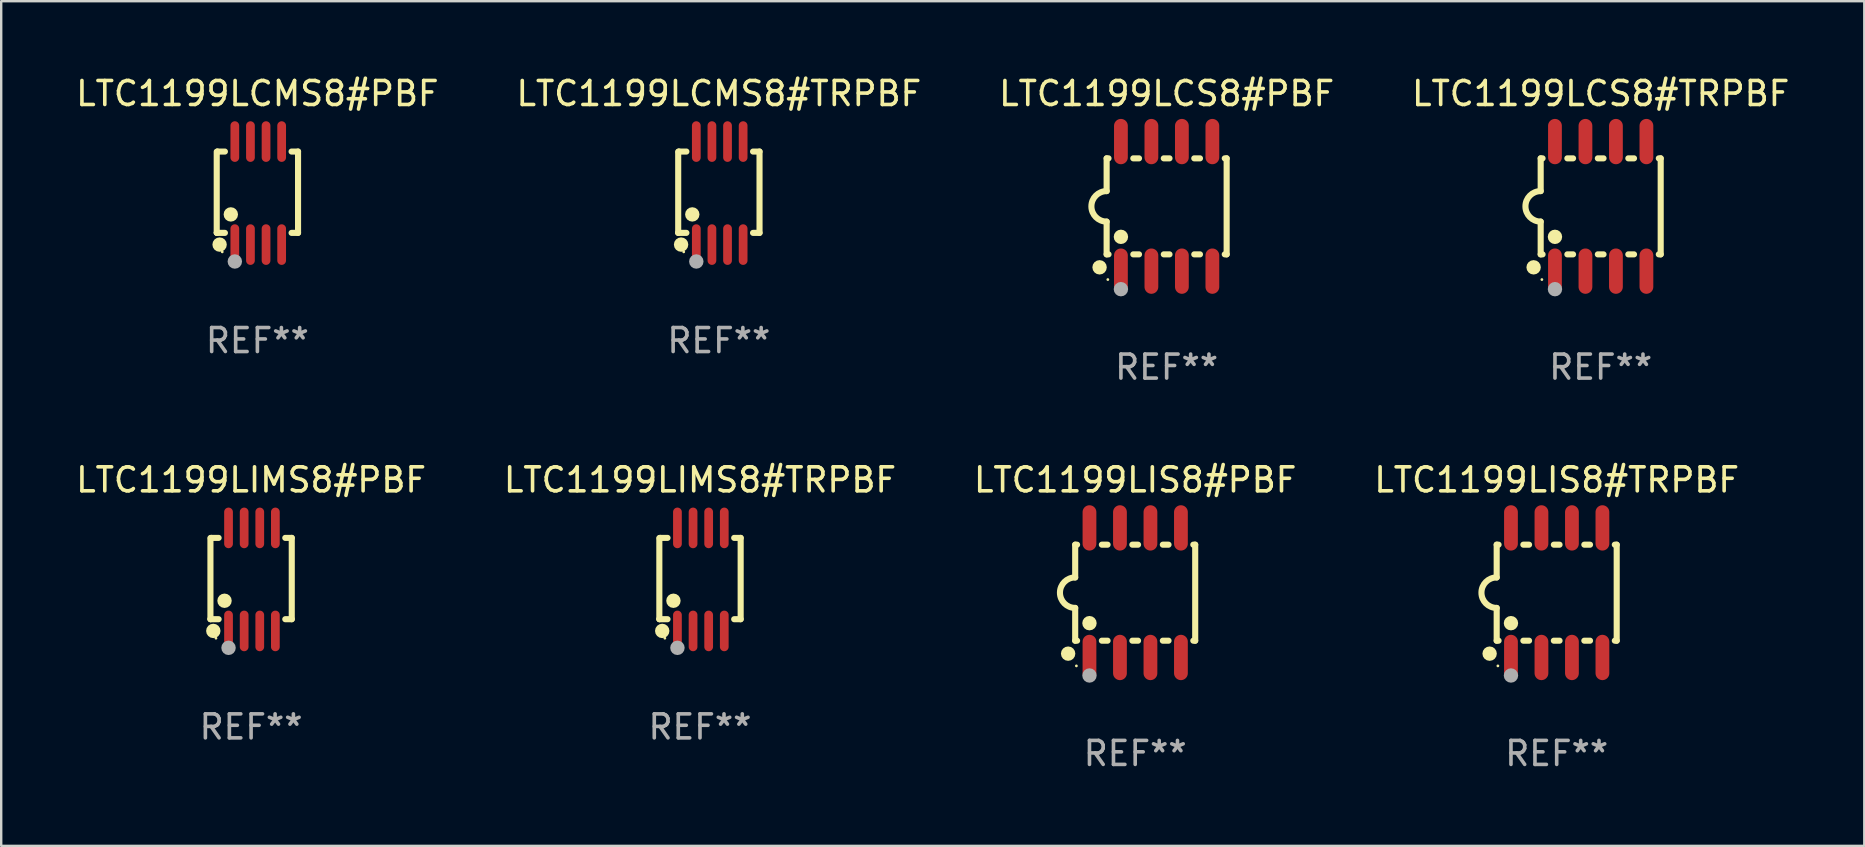
<source format=kicad_pcb>
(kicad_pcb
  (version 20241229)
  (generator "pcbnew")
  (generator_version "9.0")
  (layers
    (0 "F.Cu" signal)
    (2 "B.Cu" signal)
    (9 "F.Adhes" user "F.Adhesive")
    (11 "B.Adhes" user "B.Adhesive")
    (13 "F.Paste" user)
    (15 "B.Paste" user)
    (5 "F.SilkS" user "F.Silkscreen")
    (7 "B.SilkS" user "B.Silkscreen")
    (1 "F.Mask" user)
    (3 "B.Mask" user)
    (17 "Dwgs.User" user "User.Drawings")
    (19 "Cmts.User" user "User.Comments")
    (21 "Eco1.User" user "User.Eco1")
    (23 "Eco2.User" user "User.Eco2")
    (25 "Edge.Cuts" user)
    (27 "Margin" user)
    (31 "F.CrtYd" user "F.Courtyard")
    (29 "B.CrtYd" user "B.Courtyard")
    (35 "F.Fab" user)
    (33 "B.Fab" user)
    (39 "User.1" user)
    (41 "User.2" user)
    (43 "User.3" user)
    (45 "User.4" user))
  (footprint "LTC1199LIS8#TRPBF"
    (layer "F.Cu")
    (at 61.804 21.642)
    (property "Reference" "LTC1199LIS8#TRPBF" (at 0 -4.699 0) (layer "F.SilkS") (effects (font (size 1 1) (thickness 0.15))))
    (attr through_hole)
    (fp_line (start -2.5 -2) (end -2.5 -0.635) (stroke (width 0.254) (type solid)) (layer "F.SilkS"))
    (fp_line (start -2.5 -2) (end -2.421 -2) (stroke (width 0.254) (type solid)) (layer "F.SilkS"))
    (fp_line (start -2.5 2) (end -2.5 0.635) (stroke (width 0.254) (type solid)) (layer "F.SilkS"))
    (fp_line (start -2.5 2) (end -2.421 2) (stroke (width 0.254) (type solid)) (layer "F.SilkS"))
    (fp_line (start -1.389 -2) (end -1.151 -2) (stroke (width 0.254) (type solid)) (layer "F.SilkS"))
    (fp_line (start -1.389 2) (end -1.151 2) (stroke (width 0.254) (type solid)) (layer "F.SilkS"))
    (fp_line (start -0.119 -2) (end 0.119 -2) (stroke (width 0.254) (type solid)) (layer "F.SilkS"))
    (fp_line (start -0.119 2) (end 0.119 2) (stroke (width 0.254) (type solid)) (layer "F.SilkS"))
    (fp_line (start 1.151 -2) (end 1.389 -2) (stroke (width 0.254) (type solid)) (layer "F.SilkS"))
    (fp_line (start 1.151 2) (end 1.389 2) (stroke (width 0.254) (type solid)) (layer "F.SilkS"))
    (fp_line (start 2.421 -2) (end 2.5 -2) (stroke (width 0.254) (type solid)) (layer "F.SilkS"))
    (fp_line (start 2.421 2) (end 2.5 2) (stroke (width 0.254) (type solid)) (layer "F.SilkS"))
    (fp_line (start 2.5 -2) (end 2.5 2) (stroke (width 0.254) (type solid)) (layer "F.SilkS"))
    (fp_arc (start -2.5 0.635001) (mid -3.134366 -0.000318) (end -2.499365 -0.635001) (stroke (width 0.254001) (type solid)) (layer "F.SilkS"))
    (fp_circle (center -2.794 2.54) (end -2.644 2.54) (stroke (width 0.3) (type solid)) (fill no) (layer "F.SilkS"))
    (fp_circle (center -2.45 3.05) (end -2.42 3.05) (stroke (width 0.06) (type solid)) (fill no) (layer "F.SilkS"))
    (fp_circle (center -1.905 1.27) (end -1.755 1.27) (stroke (width 0.3) (type solid)) (fill no) (layer "F.SilkS"))
    (fp_circle (center -1.905 3.45) (end -1.755 3.45) (stroke (width 0.3) (type solid)) (fill no) (layer "F.Fab"))
    (fp_text user "REF**" (at 0 6.699 0) (layer "F.Fab") (effects (font (size 1 1) (thickness 0.15))))
    (pad "1" smd oval (at -1.905 2.699) (size 0.574 1.888) (layers "F.Cu" "F.Mask" "F.Paste"))
    (pad "2" smd oval (at -0.635 2.699) (size 0.574 1.888) (layers "F.Cu" "F.Mask" "F.Paste"))
    (pad "3" smd oval (at 0.635 2.699) (size 0.574 1.888) (layers "F.Cu" "F.Mask" "F.Paste"))
    (pad "4" smd oval (at 1.905 2.699) (size 0.574 1.888) (layers "F.Cu" "F.Mask" "F.Paste"))
    (pad "5" smd oval (at 1.905 -2.699) (size 0.574 1.888) (layers "F.Cu" "F.Mask" "F.Paste"))
    (pad "6" smd oval (at 0.635 -2.699) (size 0.574 1.888) (layers "F.Cu" "F.Mask" "F.Paste"))
    (pad "7" smd oval (at -0.635 -2.699) (size 0.574 1.888) (layers "F.Cu" "F.Mask" "F.Paste"))
    (pad "8" smd oval (at -1.905 -2.699) (size 0.574 1.888) (layers "F.Cu" "F.Mask" "F.Paste")))
  (footprint "LTC1199LIMS8#TRPBF"
    (layer "F.Cu")
    (at 26.113 21.089)
    (property "Reference" "LTC1199LIMS8#TRPBF" (at 0 -4.146 0) (layer "F.SilkS") (effects (font (size 1 1) (thickness 0.15))))
    (attr through_hole)
    (fp_line (start -1.694 -1.724) (end -1.694 1.652) (stroke (width 0.254) (type solid)) (layer "F.SilkS"))
    (fp_line (start -1.694 1.652) (end -1.688 1.658) (stroke (width 0.254) (type solid)) (layer "F.SilkS"))
    (fp_line (start -1.688 1.658) (end -1.353 1.658) (stroke (width 0.254) (type solid)) (layer "F.SilkS"))
    (fp_line (start -1.661 -1.73) (end -1.681 -1.71) (stroke (width 0.254) (type solid)) (layer "F.SilkS"))
    (fp_line (start -1.353 -1.73) (end -1.661 -1.73) (stroke (width 0.254) (type solid)) (layer "F.SilkS"))
    (fp_line (start 1.424 1.658) (end 1.694 1.658) (stroke (width 0.254) (type solid)) (layer "F.SilkS"))
    (fp_line (start 1.694 -1.73) (end 1.424 -1.73) (stroke (width 0.254) (type solid)) (layer "F.SilkS"))
    (fp_line (start 1.694 1.658) (end 1.694 -1.73) (stroke (width 0.254) (type solid)) (layer "F.SilkS"))
    (fp_circle (center -1.574 2.146) (end -1.424 2.146) (stroke (width 0.3) (type solid)) (fill no) (layer "F.SilkS"))
    (fp_circle (center -1.464 2.45) (end -1.434 2.45) (stroke (width 0.06) (type solid)) (fill no) (layer "F.SilkS"))
    (fp_circle (center -1.107 0.889) (end -0.957 0.889) (stroke (width 0.3) (type solid)) (fill no) (layer "F.SilkS"))
    (fp_circle (center -0.94 2.85) (end -0.789 2.85) (stroke (width 0.3) (type solid)) (fill no) (layer "F.Fab"))
    (fp_text user "REF**" (at 0 6.146 0) (layer "F.Fab") (effects (font (size 1 1) (thickness 0.15))))
    (pad "1" smd oval (at -0.94 2.146) (size 0.364 1.692) (layers "F.Cu" "F.Mask" "F.Paste"))
    (pad "2" smd oval (at -0.289 2.146) (size 0.364 1.692) (layers "F.Cu" "F.Mask" "F.Paste"))
    (pad "3" smd oval (at 0.361 2.146) (size 0.364 1.692) (layers "F.Cu" "F.Mask" "F.Paste"))
    (pad "4" smd oval (at 1.011 2.146) (size 0.364 1.692) (layers "F.Cu" "F.Mask" "F.Paste"))
    (pad "5" smd oval (at 1.011 -2.146) (size 0.364 1.692) (layers "F.Cu" "F.Mask" "F.Paste"))
    (pad "6" smd oval (at 0.361 -2.146) (size 0.364 1.692) (layers "F.Cu" "F.Mask" "F.Paste"))
    (pad "7" smd oval (at -0.289 -2.146) (size 0.364 1.692) (layers "F.Cu" "F.Mask" "F.Paste"))
    (pad "8" smd oval (at -0.94 -2.146) (size 0.364 1.692) (layers "F.Cu" "F.Mask" "F.Paste")))
  (footprint "LTC1199LIMS8#PBF"
    (layer "F.Cu")
    (at 7.411 21.089)
    (property "Reference" "LTC1199LIMS8#PBF" (at 0 -4.146 0) (layer "F.SilkS") (effects (font (size 1 1) (thickness 0.15))))
    (attr through_hole)
    (fp_line (start -1.694 -1.724) (end -1.694 1.652) (stroke (width 0.254) (type solid)) (layer "F.SilkS"))
    (fp_line (start -1.694 1.652) (end -1.688 1.658) (stroke (width 0.254) (type solid)) (layer "F.SilkS"))
    (fp_line (start -1.688 1.658) (end -1.353 1.658) (stroke (width 0.254) (type solid)) (layer "F.SilkS"))
    (fp_line (start -1.661 -1.73) (end -1.681 -1.71) (stroke (width 0.254) (type solid)) (layer "F.SilkS"))
    (fp_line (start -1.353 -1.73) (end -1.661 -1.73) (stroke (width 0.254) (type solid)) (layer "F.SilkS"))
    (fp_line (start 1.424 1.658) (end 1.694 1.658) (stroke (width 0.254) (type solid)) (layer "F.SilkS"))
    (fp_line (start 1.694 -1.73) (end 1.424 -1.73) (stroke (width 0.254) (type solid)) (layer "F.SilkS"))
    (fp_line (start 1.694 1.658) (end 1.694 -1.73) (stroke (width 0.254) (type solid)) (layer "F.SilkS"))
    (fp_circle (center -1.574 2.146) (end -1.424 2.146) (stroke (width 0.3) (type solid)) (fill no) (layer "F.SilkS"))
    (fp_circle (center -1.464 2.45) (end -1.434 2.45) (stroke (width 0.06) (type solid)) (fill no) (layer "F.SilkS"))
    (fp_circle (center -1.107 0.889) (end -0.957 0.889) (stroke (width 0.3) (type solid)) (fill no) (layer "F.SilkS"))
    (fp_circle (center -0.94 2.85) (end -0.789 2.85) (stroke (width 0.3) (type solid)) (fill no) (layer "F.Fab"))
    (fp_text user "REF**" (at 0 6.146 0) (layer "F.Fab") (effects (font (size 1 1) (thickness 0.15))))
    (pad "1" smd oval (at -0.94 2.146) (size 0.364 1.692) (layers "F.Cu" "F.Mask" "F.Paste"))
    (pad "2" smd oval (at -0.289 2.146) (size 0.364 1.692) (layers "F.Cu" "F.Mask" "F.Paste"))
    (pad "3" smd oval (at 0.361 2.146) (size 0.364 1.692) (layers "F.Cu" "F.Mask" "F.Paste"))
    (pad "4" smd oval (at 1.011 2.146) (size 0.364 1.692) (layers "F.Cu" "F.Mask" "F.Paste"))
    (pad "5" smd oval (at 1.011 -2.146) (size 0.364 1.692) (layers "F.Cu" "F.Mask" "F.Paste"))
    (pad "6" smd oval (at 0.361 -2.146) (size 0.364 1.692) (layers "F.Cu" "F.Mask" "F.Paste"))
    (pad "7" smd oval (at -0.289 -2.146) (size 0.364 1.692) (layers "F.Cu" "F.Mask" "F.Paste"))
    (pad "8" smd oval (at -0.94 -2.146) (size 0.364 1.692) (layers "F.Cu" "F.Mask" "F.Paste")))
  (footprint "LTC1199LCMS8#PBF"
    (layer "F.Cu")
    (at 7.673 4.994)
    (property "Reference" "LTC1199LCMS8#PBF" (at 0 -4.146 0) (layer "F.SilkS") (effects (font (size 1 1) (thickness 0.15))))
    (attr through_hole)
    (fp_line (start -1.694 -1.724) (end -1.694 1.652) (stroke (width 0.254) (type solid)) (layer "F.SilkS"))
    (fp_line (start -1.694 1.652) (end -1.688 1.658) (stroke (width 0.254) (type solid)) (layer "F.SilkS"))
    (fp_line (start -1.688 1.658) (end -1.353 1.658) (stroke (width 0.254) (type solid)) (layer "F.SilkS"))
    (fp_line (start -1.661 -1.73) (end -1.681 -1.71) (stroke (width 0.254) (type solid)) (layer "F.SilkS"))
    (fp_line (start -1.353 -1.73) (end -1.661 -1.73) (stroke (width 0.254) (type solid)) (layer "F.SilkS"))
    (fp_line (start 1.424 1.658) (end 1.694 1.658) (stroke (width 0.254) (type solid)) (layer "F.SilkS"))
    (fp_line (start 1.694 -1.73) (end 1.424 -1.73) (stroke (width 0.254) (type solid)) (layer "F.SilkS"))
    (fp_line (start 1.694 1.658) (end 1.694 -1.73) (stroke (width 0.254) (type solid)) (layer "F.SilkS"))
    (fp_circle (center -1.574 2.146) (end -1.424 2.146) (stroke (width 0.3) (type solid)) (fill no) (layer "F.SilkS"))
    (fp_circle (center -1.464 2.45) (end -1.434 2.45) (stroke (width 0.06) (type solid)) (fill no) (layer "F.SilkS"))
    (fp_circle (center -1.107 0.889) (end -0.957 0.889) (stroke (width 0.3) (type solid)) (fill no) (layer "F.SilkS"))
    (fp_circle (center -0.94 2.85) (end -0.789 2.85) (stroke (width 0.3) (type solid)) (fill no) (layer "F.Fab"))
    (fp_text user "REF**" (at 0 6.146 0) (layer "F.Fab") (effects (font (size 1 1) (thickness 0.15))))
    (pad "1" smd oval (at -0.94 2.146) (size 0.364 1.692) (layers "F.Cu" "F.Mask" "F.Paste"))
    (pad "2" smd oval (at -0.289 2.146) (size 0.364 1.692) (layers "F.Cu" "F.Mask" "F.Paste"))
    (pad "3" smd oval (at 0.361 2.146) (size 0.364 1.692) (layers "F.Cu" "F.Mask" "F.Paste"))
    (pad "4" smd oval (at 1.011 2.146) (size 0.364 1.692) (layers "F.Cu" "F.Mask" "F.Paste"))
    (pad "5" smd oval (at 1.011 -2.146) (size 0.364 1.692) (layers "F.Cu" "F.Mask" "F.Paste"))
    (pad "6" smd oval (at 0.361 -2.146) (size 0.364 1.692) (layers "F.Cu" "F.Mask" "F.Paste"))
    (pad "7" smd oval (at -0.289 -2.146) (size 0.364 1.692) (layers "F.Cu" "F.Mask" "F.Paste"))
    (pad "8" smd oval (at -0.94 -2.146) (size 0.364 1.692) (layers "F.Cu" "F.Mask" "F.Paste")))
  (footprint "LTC1199LCMS8#TRPBF"
    (layer "F.Cu")
    (at 26.899 4.994)
    (property "Reference" "LTC1199LCMS8#TRPBF" (at 0 -4.146 0) (layer "F.SilkS") (effects (font (size 1 1) (thickness 0.15))))
    (attr through_hole)
    (fp_line (start -1.694 -1.724) (end -1.694 1.652) (stroke (width 0.254) (type solid)) (layer "F.SilkS"))
    (fp_line (start -1.694 1.652) (end -1.688 1.658) (stroke (width 0.254) (type solid)) (layer "F.SilkS"))
    (fp_line (start -1.688 1.658) (end -1.353 1.658) (stroke (width 0.254) (type solid)) (layer "F.SilkS"))
    (fp_line (start -1.661 -1.73) (end -1.681 -1.71) (stroke (width 0.254) (type solid)) (layer "F.SilkS"))
    (fp_line (start -1.353 -1.73) (end -1.661 -1.73) (stroke (width 0.254) (type solid)) (layer "F.SilkS"))
    (fp_line (start 1.424 1.658) (end 1.694 1.658) (stroke (width 0.254) (type solid)) (layer "F.SilkS"))
    (fp_line (start 1.694 -1.73) (end 1.424 -1.73) (stroke (width 0.254) (type solid)) (layer "F.SilkS"))
    (fp_line (start 1.694 1.658) (end 1.694 -1.73) (stroke (width 0.254) (type solid)) (layer "F.SilkS"))
    (fp_circle (center -1.574 2.146) (end -1.424 2.146) (stroke (width 0.3) (type solid)) (fill no) (layer "F.SilkS"))
    (fp_circle (center -1.464 2.45) (end -1.434 2.45) (stroke (width 0.06) (type solid)) (fill no) (layer "F.SilkS"))
    (fp_circle (center -1.107 0.889) (end -0.957 0.889) (stroke (width 0.3) (type solid)) (fill no) (layer "F.SilkS"))
    (fp_circle (center -0.94 2.85) (end -0.789 2.85) (stroke (width 0.3) (type solid)) (fill no) (layer "F.Fab"))
    (fp_text user "REF**" (at 0 6.146 0) (layer "F.Fab") (effects (font (size 1 1) (thickness 0.15))))
    (pad "1" smd oval (at -0.94 2.146) (size 0.364 1.692) (layers "F.Cu" "F.Mask" "F.Paste"))
    (pad "2" smd oval (at -0.289 2.146) (size 0.364 1.692) (layers "F.Cu" "F.Mask" "F.Paste"))
    (pad "3" smd oval (at 0.361 2.146) (size 0.364 1.692) (layers "F.Cu" "F.Mask" "F.Paste"))
    (pad "4" smd oval (at 1.011 2.146) (size 0.364 1.692) (layers "F.Cu" "F.Mask" "F.Paste"))
    (pad "5" smd oval (at 1.011 -2.146) (size 0.364 1.692) (layers "F.Cu" "F.Mask" "F.Paste"))
    (pad "6" smd oval (at 0.361 -2.146) (size 0.364 1.692) (layers "F.Cu" "F.Mask" "F.Paste"))
    (pad "7" smd oval (at -0.289 -2.146) (size 0.364 1.692) (layers "F.Cu" "F.Mask" "F.Paste"))
    (pad "8" smd oval (at -0.94 -2.146) (size 0.364 1.692) (layers "F.Cu" "F.Mask" "F.Paste")))
  (footprint "LTC1199LIS8#PBF"
    (layer "F.Cu")
    (at 44.244 21.642)
    (property "Reference" "LTC1199LIS8#PBF" (at 0 -4.699 0) (layer "F.SilkS") (effects (font (size 1 1) (thickness 0.15))))
    (attr through_hole)
    (fp_line (start -2.5 -2) (end -2.5 -0.635) (stroke (width 0.254) (type solid)) (layer "F.SilkS"))
    (fp_line (start -2.5 -2) (end -2.421 -2) (stroke (width 0.254) (type solid)) (layer "F.SilkS"))
    (fp_line (start -2.5 2) (end -2.5 0.635) (stroke (width 0.254) (type solid)) (layer "F.SilkS"))
    (fp_line (start -2.5 2) (end -2.421 2) (stroke (width 0.254) (type solid)) (layer "F.SilkS"))
    (fp_line (start -1.389 -2) (end -1.151 -2) (stroke (width 0.254) (type solid)) (layer "F.SilkS"))
    (fp_line (start -1.389 2) (end -1.151 2) (stroke (width 0.254) (type solid)) (layer "F.SilkS"))
    (fp_line (start -0.119 -2) (end 0.119 -2) (stroke (width 0.254) (type solid)) (layer "F.SilkS"))
    (fp_line (start -0.119 2) (end 0.119 2) (stroke (width 0.254) (type solid)) (layer "F.SilkS"))
    (fp_line (start 1.151 -2) (end 1.389 -2) (stroke (width 0.254) (type solid)) (layer "F.SilkS"))
    (fp_line (start 1.151 2) (end 1.389 2) (stroke (width 0.254) (type solid)) (layer "F.SilkS"))
    (fp_line (start 2.421 -2) (end 2.5 -2) (stroke (width 0.254) (type solid)) (layer "F.SilkS"))
    (fp_line (start 2.421 2) (end 2.5 2) (stroke (width 0.254) (type solid)) (layer "F.SilkS"))
    (fp_line (start 2.5 -2) (end 2.5 2) (stroke (width 0.254) (type solid)) (layer "F.SilkS"))
    (fp_arc (start -2.5 0.635001) (mid -3.134366 -0.000318) (end -2.499365 -0.635001) (stroke (width 0.254001) (type solid)) (layer "F.SilkS"))
    (fp_circle (center -2.794 2.54) (end -2.644 2.54) (stroke (width 0.3) (type solid)) (fill no) (layer "F.SilkS"))
    (fp_circle (center -2.45 3.05) (end -2.42 3.05) (stroke (width 0.06) (type solid)) (fill no) (layer "F.SilkS"))
    (fp_circle (center -1.905 1.27) (end -1.755 1.27) (stroke (width 0.3) (type solid)) (fill no) (layer "F.SilkS"))
    (fp_circle (center -1.905 3.45) (end -1.755 3.45) (stroke (width 0.3) (type solid)) (fill no) (layer "F.Fab"))
    (fp_text user "REF**" (at 0 6.699 0) (layer "F.Fab") (effects (font (size 1 1) (thickness 0.15))))
    (pad "1" smd oval (at -1.905 2.699) (size 0.574 1.888) (layers "F.Cu" "F.Mask" "F.Paste"))
    (pad "2" smd oval (at -0.635 2.699) (size 0.574 1.888) (layers "F.Cu" "F.Mask" "F.Paste"))
    (pad "3" smd oval (at 0.635 2.699) (size 0.574 1.888) (layers "F.Cu" "F.Mask" "F.Paste"))
    (pad "4" smd oval (at 1.905 2.699) (size 0.574 1.888) (layers "F.Cu" "F.Mask" "F.Paste"))
    (pad "5" smd oval (at 1.905 -2.699) (size 0.574 1.888) (layers "F.Cu" "F.Mask" "F.Paste"))
    (pad "6" smd oval (at 0.635 -2.699) (size 0.574 1.888) (layers "F.Cu" "F.Mask" "F.Paste"))
    (pad "7" smd oval (at -0.635 -2.699) (size 0.574 1.888) (layers "F.Cu" "F.Mask" "F.Paste"))
    (pad "8" smd oval (at -1.905 -2.699) (size 0.574 1.888) (layers "F.Cu" "F.Mask" "F.Paste")))
  (footprint "LTC1199LCS8#PBF"
    (layer "F.Cu")
    (at 45.554 5.547)
    (property "Reference" "LTC1199LCS8#PBF" (at 0 -4.699 0) (layer "F.SilkS") (effects (font (size 1 1) (thickness 0.15))))
    (attr through_hole)
    (fp_line (start -2.5 -2) (end -2.5 -0.635) (stroke (width 0.254) (type solid)) (layer "F.SilkS"))
    (fp_line (start -2.5 -2) (end -2.421 -2) (stroke (width 0.254) (type solid)) (layer "F.SilkS"))
    (fp_line (start -2.5 2) (end -2.5 0.635) (stroke (width 0.254) (type solid)) (layer "F.SilkS"))
    (fp_line (start -2.5 2) (end -2.421 2) (stroke (width 0.254) (type solid)) (layer "F.SilkS"))
    (fp_line (start -1.389 -2) (end -1.151 -2) (stroke (width 0.254) (type solid)) (layer "F.SilkS"))
    (fp_line (start -1.389 2) (end -1.151 2) (stroke (width 0.254) (type solid)) (layer "F.SilkS"))
    (fp_line (start -0.119 -2) (end 0.119 -2) (stroke (width 0.254) (type solid)) (layer "F.SilkS"))
    (fp_line (start -0.119 2) (end 0.119 2) (stroke (width 0.254) (type solid)) (layer "F.SilkS"))
    (fp_line (start 1.151 -2) (end 1.389 -2) (stroke (width 0.254) (type solid)) (layer "F.SilkS"))
    (fp_line (start 1.151 2) (end 1.389 2) (stroke (width 0.254) (type solid)) (layer "F.SilkS"))
    (fp_line (start 2.421 -2) (end 2.5 -2) (stroke (width 0.254) (type solid)) (layer "F.SilkS"))
    (fp_line (start 2.421 2) (end 2.5 2) (stroke (width 0.254) (type solid)) (layer "F.SilkS"))
    (fp_line (start 2.5 -2) (end 2.5 2) (stroke (width 0.254) (type solid)) (layer "F.SilkS"))
    (fp_arc (start -2.5 0.635001) (mid -3.134366 -0.000318) (end -2.499365 -0.635001) (stroke (width 0.254001) (type solid)) (layer "F.SilkS"))
    (fp_circle (center -2.794 2.54) (end -2.644 2.54) (stroke (width 0.3) (type solid)) (fill no) (layer "F.SilkS"))
    (fp_circle (center -2.45 3.05) (end -2.42 3.05) (stroke (width 0.06) (type solid)) (fill no) (layer "F.SilkS"))
    (fp_circle (center -1.905 1.27) (end -1.755 1.27) (stroke (width 0.3) (type solid)) (fill no) (layer "F.SilkS"))
    (fp_circle (center -1.905 3.45) (end -1.755 3.45) (stroke (width 0.3) (type solid)) (fill no) (layer "F.Fab"))
    (fp_text user "REF**" (at 0 6.699 0) (layer "F.Fab") (effects (font (size 1 1) (thickness 0.15))))
    (pad "1" smd oval (at -1.905 2.699) (size 0.574 1.888) (layers "F.Cu" "F.Mask" "F.Paste"))
    (pad "2" smd oval (at -0.635 2.699) (size 0.574 1.888) (layers "F.Cu" "F.Mask" "F.Paste"))
    (pad "3" smd oval (at 0.635 2.699) (size 0.574 1.888) (layers "F.Cu" "F.Mask" "F.Paste"))
    (pad "4" smd oval (at 1.905 2.699) (size 0.574 1.888) (layers "F.Cu" "F.Mask" "F.Paste"))
    (pad "5" smd oval (at 1.905 -2.699) (size 0.574 1.888) (layers "F.Cu" "F.Mask" "F.Paste"))
    (pad "6" smd oval (at 0.635 -2.699) (size 0.574 1.888) (layers "F.Cu" "F.Mask" "F.Paste"))
    (pad "7" smd oval (at -0.635 -2.699) (size 0.574 1.888) (layers "F.Cu" "F.Mask" "F.Paste"))
    (pad "8" smd oval (at -1.905 -2.699) (size 0.574 1.888) (layers "F.Cu" "F.Mask" "F.Paste")))
  (footprint "LTC1199LCS8#TRPBF"
    (layer "F.Cu")
    (at 63.637 5.547)
    (property "Reference" "LTC1199LCS8#TRPBF" (at 0 -4.699 0) (layer "F.SilkS") (effects (font (size 1 1) (thickness 0.15))))
    (attr through_hole)
    (fp_line (start -2.5 -2) (end -2.5 -0.635) (stroke (width 0.254) (type solid)) (layer "F.SilkS"))
    (fp_line (start -2.5 -2) (end -2.421 -2) (stroke (width 0.254) (type solid)) (layer "F.SilkS"))
    (fp_line (start -2.5 2) (end -2.5 0.635) (stroke (width 0.254) (type solid)) (layer "F.SilkS"))
    (fp_line (start -2.5 2) (end -2.421 2) (stroke (width 0.254) (type solid)) (layer "F.SilkS"))
    (fp_line (start -1.389 -2) (end -1.151 -2) (stroke (width 0.254) (type solid)) (layer "F.SilkS"))
    (fp_line (start -1.389 2) (end -1.151 2) (stroke (width 0.254) (type solid)) (layer "F.SilkS"))
    (fp_line (start -0.119 -2) (end 0.119 -2) (stroke (width 0.254) (type solid)) (layer "F.SilkS"))
    (fp_line (start -0.119 2) (end 0.119 2) (stroke (width 0.254) (type solid)) (layer "F.SilkS"))
    (fp_line (start 1.151 -2) (end 1.389 -2) (stroke (width 0.254) (type solid)) (layer "F.SilkS"))
    (fp_line (start 1.151 2) (end 1.389 2) (stroke (width 0.254) (type solid)) (layer "F.SilkS"))
    (fp_line (start 2.421 -2) (end 2.5 -2) (stroke (width 0.254) (type solid)) (layer "F.SilkS"))
    (fp_line (start 2.421 2) (end 2.5 2) (stroke (width 0.254) (type solid)) (layer "F.SilkS"))
    (fp_line (start 2.5 -2) (end 2.5 2) (stroke (width 0.254) (type solid)) (layer "F.SilkS"))
    (fp_arc (start -2.5 0.635001) (mid -3.134366 -0.000318) (end -2.499365 -0.635001) (stroke (width 0.254001) (type solid)) (layer "F.SilkS"))
    (fp_circle (center -2.794 2.54) (end -2.644 2.54) (stroke (width 0.3) (type solid)) (fill no) (layer "F.SilkS"))
    (fp_circle (center -2.45 3.05) (end -2.42 3.05) (stroke (width 0.06) (type solid)) (fill no) (layer "F.SilkS"))
    (fp_circle (center -1.905 1.27) (end -1.755 1.27) (stroke (width 0.3) (type solid)) (fill no) (layer "F.SilkS"))
    (fp_circle (center -1.905 3.45) (end -1.755 3.45) (stroke (width 0.3) (type solid)) (fill no) (layer "F.Fab"))
    (fp_text user "REF**" (at 0 6.699 0) (layer "F.Fab") (effects (font (size 1 1) (thickness 0.15))))
    (pad "1" smd oval (at -1.905 2.699) (size 0.574 1.888) (layers "F.Cu" "F.Mask" "F.Paste"))
    (pad "2" smd oval (at -0.635 2.699) (size 0.574 1.888) (layers "F.Cu" "F.Mask" "F.Paste"))
    (pad "3" smd oval (at 0.635 2.699) (size 0.574 1.888) (layers "F.Cu" "F.Mask" "F.Paste"))
    (pad "4" smd oval (at 1.905 2.699) (size 0.574 1.888) (layers "F.Cu" "F.Mask" "F.Paste"))
    (pad "5" smd oval (at 1.905 -2.699) (size 0.574 1.888) (layers "F.Cu" "F.Mask" "F.Paste"))
    (pad "6" smd oval (at 0.635 -2.699) (size 0.574 1.888) (layers "F.Cu" "F.Mask" "F.Paste"))
    (pad "7" smd oval (at -0.635 -2.699) (size 0.574 1.888) (layers "F.Cu" "F.Mask" "F.Paste"))
    (pad "8" smd oval (at -1.905 -2.699) (size 0.574 1.888) (layers "F.Cu" "F.Mask" "F.Paste")))
  (gr_rect
    (start -3 -3)
    (end 74.619 32.189)
    (stroke (width 0.1) (type default))
    (fill no)
    (layer "Edge.Cuts")))
</source>
